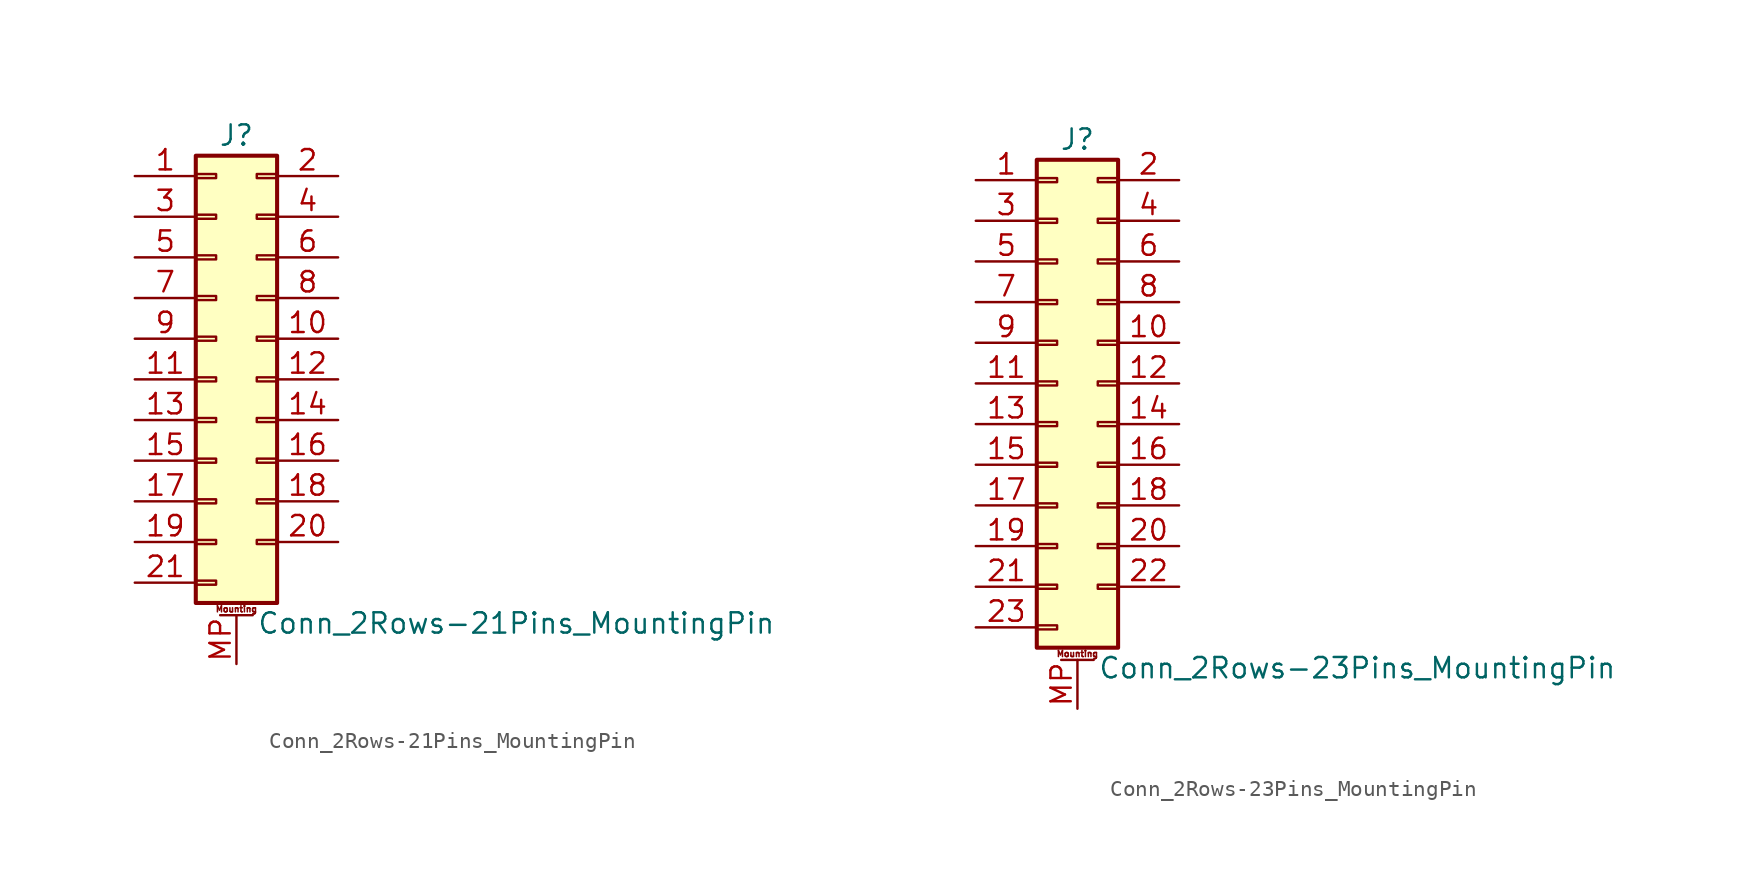
<source format=kicad_sym>
(kicad_symbol_lib
  (version 20201005)
  (generator kicad_symbol_editor)
  (symbol "Conn_2Rows-21Pins_MountingPin"
    (pin_names
      (offset 1.016) hide)
    (property "Reference" "J"
      (at 1.27 15.24 0)
      (effects (font (size 1.27 1.27))))
    (property "Value" "Conn_2Rows-21Pins_MountingPin"
      (at 2.54 -15.24 0)
      (effects (font (size 1.27 1.27)) (justify left)))
    (symbol "Conn_2Rows-21Pins_MountingPin_1_1"
      (text "Mounting" (at 1.27 -14.351 0) (effects (font (size 0.381 0.381))))
      (rectangle (start -1.27 -12.573) (end 0 -12.827) (stroke (width 0.152)) (fill (type none)))
      (rectangle (start -1.27 -10.033) (end 0 -10.287) (stroke (width 0.152)) (fill (type none)))
      (rectangle (start -1.27 -7.493) (end 0 -7.747) (stroke (width 0.152)) (fill (type none)))
      (rectangle (start -1.27 -4.953) (end 0 -5.207) (stroke (width 0.152)) (fill (type none)))
      (rectangle (start -1.27 -2.413) (end 0 -2.667) (stroke (width 0.152)) (fill (type none)))
      (rectangle (start -1.27 0.127) (end 0 -0.127) (stroke (width 0.152)) (fill (type none)))
      (rectangle (start -1.27 2.667) (end 0 2.413) (stroke (width 0.152)) (fill (type none)))
      (rectangle (start -1.27 5.207) (end 0 4.953) (stroke (width 0.152)) (fill (type none)))
      (rectangle (start -1.27 7.747) (end 0 7.493) (stroke (width 0.152)) (fill (type none)))
      (rectangle (start -1.27 10.287) (end 0 10.033) (stroke (width 0.152)) (fill (type none)))
      (rectangle (start -1.27 12.827) (end 0 12.573) (stroke (width 0.152)) (fill (type none)))
      (rectangle (start -1.27 13.97) (end 3.81 -13.97) (stroke (width 0.254)) (fill (type background)))
      (rectangle (start 3.81 -10.033) (end 2.54 -10.287) (stroke (width 0.152)) (fill (type none)))
      (rectangle (start 3.81 -7.493) (end 2.54 -7.747) (stroke (width 0.152)) (fill (type none)))
      (rectangle (start 3.81 -4.953) (end 2.54 -5.207) (stroke (width 0.152)) (fill (type none)))
      (rectangle (start 3.81 -2.413) (end 2.54 -2.667) (stroke (width 0.152)) (fill (type none)))
      (rectangle (start 3.81 0.127) (end 2.54 -0.127) (stroke (width 0.152)) (fill (type none)))
      (rectangle (start 3.81 2.667) (end 2.54 2.413) (stroke (width 0.152)) (fill (type none)))
      (rectangle (start 3.81 5.207) (end 2.54 4.953) (stroke (width 0.152)) (fill (type none)))
      (rectangle (start 3.81 7.747) (end 2.54 7.493) (stroke (width 0.152)) (fill (type none)))
      (rectangle (start 3.81 10.287) (end 2.54 10.033) (stroke (width 0.152)) (fill (type none)))
      (rectangle (start 3.81 12.827) (end 2.54 12.573) (stroke (width 0.152)) (fill (type none)))
      (polyline (pts (xy 0.254 -14.732) (xy 2.286 -14.732)) (stroke (width 0.152)) (fill (type none)))
      (pin passive line (at -5.08 12.7 0) (length 3.81) (name "Pin_1" (effects (font (size 1.27 1.27)))) (number "1" (effects (font (size 1.27 1.27)))))
      (pin passive line (at 7.62 2.54 180) (length 3.81) (name "Pin_10" (effects (font (size 1.27 1.27)))) (number "10" (effects (font (size 1.27 1.27)))))
      (pin passive line (at -5.08 0 0) (length 3.81) (name "Pin_11" (effects (font (size 1.27 1.27)))) (number "11" (effects (font (size 1.27 1.27)))))
      (pin passive line (at 7.62 0 180) (length 3.81) (name "Pin_12" (effects (font (size 1.27 1.27)))) (number "12" (effects (font (size 1.27 1.27)))))
      (pin passive line (at -5.08 -2.54 0) (length 3.81) (name "Pin_13" (effects (font (size 1.27 1.27)))) (number "13" (effects (font (size 1.27 1.27)))))
      (pin passive line (at 7.62 -2.54 180) (length 3.81) (name "Pin_14" (effects (font (size 1.27 1.27)))) (number "14" (effects (font (size 1.27 1.27)))))
      (pin passive line (at -5.08 -5.08 0) (length 3.81) (name "Pin_15" (effects (font (size 1.27 1.27)))) (number "15" (effects (font (size 1.27 1.27)))))
      (pin passive line (at 7.62 -5.08 180) (length 3.81) (name "Pin_16" (effects (font (size 1.27 1.27)))) (number "16" (effects (font (size 1.27 1.27)))))
      (pin passive line (at -5.08 -7.62 0) (length 3.81) (name "Pin_17" (effects (font (size 1.27 1.27)))) (number "17" (effects (font (size 1.27 1.27)))))
      (pin passive line (at 7.62 -7.62 180) (length 3.81) (name "Pin_18" (effects (font (size 1.27 1.27)))) (number "18" (effects (font (size 1.27 1.27)))))
      (pin passive line (at -5.08 -10.16 0) (length 3.81) (name "Pin_19" (effects (font (size 1.27 1.27)))) (number "19" (effects (font (size 1.27 1.27)))))
      (pin passive line (at 7.62 12.7 180) (length 3.81) (name "Pin_2" (effects (font (size 1.27 1.27)))) (number "2" (effects (font (size 1.27 1.27)))))
      (pin passive line (at 7.62 -10.16 180) (length 3.81) (name "Pin_20" (effects (font (size 1.27 1.27)))) (number "20" (effects (font (size 1.27 1.27)))))
      (pin passive line (at -5.08 -12.7 0) (length 3.81) (name "Pin_21" (effects (font (size 1.27 1.27)))) (number "21" (effects (font (size 1.27 1.27)))))
      (pin passive line (at -5.08 10.16 0) (length 3.81) (name "Pin_3" (effects (font (size 1.27 1.27)))) (number "3" (effects (font (size 1.27 1.27)))))
      (pin passive line (at 7.62 10.16 180) (length 3.81) (name "Pin_4" (effects (font (size 1.27 1.27)))) (number "4" (effects (font (size 1.27 1.27)))))
      (pin passive line (at -5.08 7.62 0) (length 3.81) (name "Pin_5" (effects (font (size 1.27 1.27)))) (number "5" (effects (font (size 1.27 1.27)))))
      (pin passive line (at 7.62 7.62 180) (length 3.81) (name "Pin_6" (effects (font (size 1.27 1.27)))) (number "6" (effects (font (size 1.27 1.27)))))
      (pin passive line (at -5.08 5.08 0) (length 3.81) (name "Pin_7" (effects (font (size 1.27 1.27)))) (number "7" (effects (font (size 1.27 1.27)))))
      (pin passive line (at 7.62 5.08 180) (length 3.81) (name "Pin_8" (effects (font (size 1.27 1.27)))) (number "8" (effects (font (size 1.27 1.27)))))
      (pin passive line (at -5.08 2.54 0) (length 3.81) (name "Pin_9" (effects (font (size 1.27 1.27)))) (number "9" (effects (font (size 1.27 1.27)))))
      (pin passive line (at 1.27 -17.78 90) (length 3.048) (name "MountPin" (effects (font (size 1.27 1.27)))) (number "MP" (effects (font (size 1.27 1.27)))))))
  (symbol "Conn_2Rows-23Pins_MountingPin"
    (pin_names
      (offset 1.016) hide)
    (property "Reference" "J"
      (at 1.27 15.24 0)
      (effects (font (size 1.27 1.27))))
    (property "Value" "Conn_2Rows-23Pins_MountingPin"
      (at 2.54 -17.78 0)
      (effects (font (size 1.27 1.27)) (justify left)))
    (symbol "Conn_2Rows-23Pins_MountingPin_1_1"
      (text "Mounting" (at 1.27 -16.891 0) (effects (font (size 0.381 0.381))))
      (rectangle (start -1.27 -15.113) (end 0 -15.367) (stroke (width 0.152)) (fill (type none)))
      (rectangle (start -1.27 -12.573) (end 0 -12.827) (stroke (width 0.152)) (fill (type none)))
      (rectangle (start -1.27 -10.033) (end 0 -10.287) (stroke (width 0.152)) (fill (type none)))
      (rectangle (start -1.27 -7.493) (end 0 -7.747) (stroke (width 0.152)) (fill (type none)))
      (rectangle (start -1.27 -4.953) (end 0 -5.207) (stroke (width 0.152)) (fill (type none)))
      (rectangle (start -1.27 -2.413) (end 0 -2.667) (stroke (width 0.152)) (fill (type none)))
      (rectangle (start -1.27 0.127) (end 0 -0.127) (stroke (width 0.152)) (fill (type none)))
      (rectangle (start -1.27 2.667) (end 0 2.413) (stroke (width 0.152)) (fill (type none)))
      (rectangle (start -1.27 5.207) (end 0 4.953) (stroke (width 0.152)) (fill (type none)))
      (rectangle (start -1.27 7.747) (end 0 7.493) (stroke (width 0.152)) (fill (type none)))
      (rectangle (start -1.27 10.287) (end 0 10.033) (stroke (width 0.152)) (fill (type none)))
      (rectangle (start -1.27 12.827) (end 0 12.573) (stroke (width 0.152)) (fill (type none)))
      (rectangle (start -1.27 13.97) (end 3.81 -16.51) (stroke (width 0.254)) (fill (type background)))
      (rectangle (start 3.81 -12.573) (end 2.54 -12.827) (stroke (width 0.152)) (fill (type none)))
      (rectangle (start 3.81 -10.033) (end 2.54 -10.287) (stroke (width 0.152)) (fill (type none)))
      (rectangle (start 3.81 -7.493) (end 2.54 -7.747) (stroke (width 0.152)) (fill (type none)))
      (rectangle (start 3.81 -4.953) (end 2.54 -5.207) (stroke (width 0.152)) (fill (type none)))
      (rectangle (start 3.81 -2.413) (end 2.54 -2.667) (stroke (width 0.152)) (fill (type none)))
      (rectangle (start 3.81 0.127) (end 2.54 -0.127) (stroke (width 0.152)) (fill (type none)))
      (rectangle (start 3.81 2.667) (end 2.54 2.413) (stroke (width 0.152)) (fill (type none)))
      (rectangle (start 3.81 5.207) (end 2.54 4.953) (stroke (width 0.152)) (fill (type none)))
      (rectangle (start 3.81 7.747) (end 2.54 7.493) (stroke (width 0.152)) (fill (type none)))
      (rectangle (start 3.81 10.287) (end 2.54 10.033) (stroke (width 0.152)) (fill (type none)))
      (rectangle (start 3.81 12.827) (end 2.54 12.573) (stroke (width 0.152)) (fill (type none)))
      (polyline (pts (xy 0.254 -17.272) (xy 2.286 -17.272)) (stroke (width 0.152)) (fill (type none)))
      (pin passive line (at -5.08 12.7 0) (length 3.81) (name "Pin_1" (effects (font (size 1.27 1.27)))) (number "1" (effects (font (size 1.27 1.27)))))
      (pin passive line (at 7.62 2.54 180) (length 3.81) (name "Pin_10" (effects (font (size 1.27 1.27)))) (number "10" (effects (font (size 1.27 1.27)))))
      (pin passive line (at -5.08 0 0) (length 3.81) (name "Pin_11" (effects (font (size 1.27 1.27)))) (number "11" (effects (font (size 1.27 1.27)))))
      (pin passive line (at 7.62 0 180) (length 3.81) (name "Pin_12" (effects (font (size 1.27 1.27)))) (number "12" (effects (font (size 1.27 1.27)))))
      (pin passive line (at -5.08 -2.54 0) (length 3.81) (name "Pin_13" (effects (font (size 1.27 1.27)))) (number "13" (effects (font (size 1.27 1.27)))))
      (pin passive line (at 7.62 -2.54 180) (length 3.81) (name "Pin_14" (effects (font (size 1.27 1.27)))) (number "14" (effects (font (size 1.27 1.27)))))
      (pin passive line (at -5.08 -5.08 0) (length 3.81) (name "Pin_15" (effects (font (size 1.27 1.27)))) (number "15" (effects (font (size 1.27 1.27)))))
      (pin passive line (at 7.62 -5.08 180) (length 3.81) (name "Pin_16" (effects (font (size 1.27 1.27)))) (number "16" (effects (font (size 1.27 1.27)))))
      (pin passive line (at -5.08 -7.62 0) (length 3.81) (name "Pin_17" (effects (font (size 1.27 1.27)))) (number "17" (effects (font (size 1.27 1.27)))))
      (pin passive line (at 7.62 -7.62 180) (length 3.81) (name "Pin_18" (effects (font (size 1.27 1.27)))) (number "18" (effects (font (size 1.27 1.27)))))
      (pin passive line (at -5.08 -10.16 0) (length 3.81) (name "Pin_19" (effects (font (size 1.27 1.27)))) (number "19" (effects (font (size 1.27 1.27)))))
      (pin passive line (at 7.62 12.7 180) (length 3.81) (name "Pin_2" (effects (font (size 1.27 1.27)))) (number "2" (effects (font (size 1.27 1.27)))))
      (pin passive line (at 7.62 -10.16 180) (length 3.81) (name "Pin_20" (effects (font (size 1.27 1.27)))) (number "20" (effects (font (size 1.27 1.27)))))
      (pin passive line (at -5.08 -12.7 0) (length 3.81) (name "Pin_21" (effects (font (size 1.27 1.27)))) (number "21" (effects (font (size 1.27 1.27)))))
      (pin passive line (at 7.62 -12.7 180) (length 3.81) (name "Pin_22" (effects (font (size 1.27 1.27)))) (number "22" (effects (font (size 1.27 1.27)))))
      (pin passive line (at -5.08 -15.24 0) (length 3.81) (name "Pin_23" (effects (font (size 1.27 1.27)))) (number "23" (effects (font (size 1.27 1.27)))))
      (pin passive line (at -5.08 10.16 0) (length 3.81) (name "Pin_3" (effects (font (size 1.27 1.27)))) (number "3" (effects (font (size 1.27 1.27)))))
      (pin passive line (at 7.62 10.16 180) (length 3.81) (name "Pin_4" (effects (font (size 1.27 1.27)))) (number "4" (effects (font (size 1.27 1.27)))))
      (pin passive line (at -5.08 7.62 0) (length 3.81) (name "Pin_5" (effects (font (size 1.27 1.27)))) (number "5" (effects (font (size 1.27 1.27)))))
      (pin passive line (at 7.62 7.62 180) (length 3.81) (name "Pin_6" (effects (font (size 1.27 1.27)))) (number "6" (effects (font (size 1.27 1.27)))))
      (pin passive line (at -5.08 5.08 0) (length 3.81) (name "Pin_7" (effects (font (size 1.27 1.27)))) (number "7" (effects (font (size 1.27 1.27)))))
      (pin passive line (at 7.62 5.08 180) (length 3.81) (name "Pin_8" (effects (font (size 1.27 1.27)))) (number "8" (effects (font (size 1.27 1.27)))))
      (pin passive line (at -5.08 2.54 0) (length 3.81) (name "Pin_9" (effects (font (size 1.27 1.27)))) (number "9" (effects (font (size 1.27 1.27)))))
      (pin passive line (at 1.27 -20.32 90) (length 3.048) (name "MountPin" (effects (font (size 1.27 1.27)))) (number "MP" (effects (font (size 1.27 1.27))))))))
</source>
